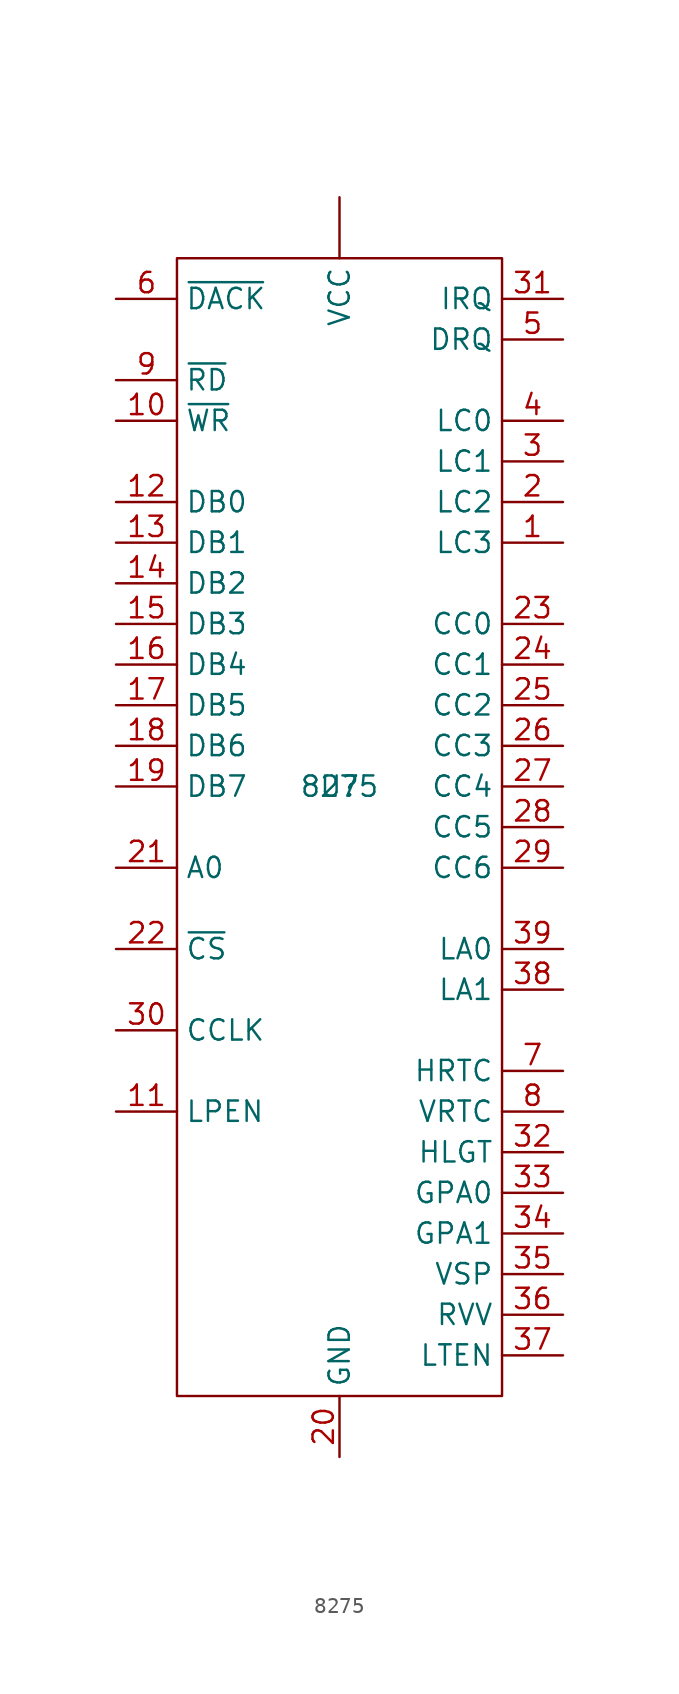
<source format=kicad_sym>
(kicad_symbol_lib
  (version 20220914)
  (generator kicad_symbol_editor)
  (symbol "8275"
    (property "Reference" "U"
      (at 0 0 0)
      (effects (font (size 1.27 1.27))))
    (property "Value" "8275"
      (at 0 0 0)
      (effects (font (size 1.27 1.27))))
    (symbol "8275_0_1"
      (rectangle (start -10.16 33.02) (end 10.16 -38.1) (stroke (width 0) (type default)) (fill (type none))))
    (symbol "8275_1_1"
      (pin power_in line (at 0 36.83 270) (length 3.81) (name "VCC" (effects (font (size 1.27 1.27)))) (number "" (effects (font (size 1.27 1.27)))))
      (pin output line (at 13.97 15.24 180) (length 3.81) (name "LC3" (effects (font (size 1.27 1.27)))) (number "1" (effects (font (size 1.27 1.27)))))
      (pin input line (at -13.97 22.86 0) (length 3.81) (name "~{WR}" (effects (font (size 1.27 1.27)))) (number "10" (effects (font (size 1.27 1.27)))))
      (pin input line (at -13.97 -20.32 0) (length 3.81) (name "LPEN" (effects (font (size 1.27 1.27)))) (number "11" (effects (font (size 1.27 1.27)))))
      (pin tri_state line (at -13.97 17.78 0) (length 3.81) (name "DB0" (effects (font (size 1.27 1.27)))) (number "12" (effects (font (size 1.27 1.27)))))
      (pin tri_state line (at -13.97 15.24 0) (length 3.81) (name "DB1" (effects (font (size 1.27 1.27)))) (number "13" (effects (font (size 1.27 1.27)))))
      (pin tri_state line (at -13.97 12.7 0) (length 3.81) (name "DB2" (effects (font (size 1.27 1.27)))) (number "14" (effects (font (size 1.27 1.27)))))
      (pin tri_state line (at -13.97 10.16 0) (length 3.81) (name "DB3" (effects (font (size 1.27 1.27)))) (number "15" (effects (font (size 1.27 1.27)))))
      (pin tri_state line (at -13.97 7.62 0) (length 3.81) (name "DB4" (effects (font (size 1.27 1.27)))) (number "16" (effects (font (size 1.27 1.27)))))
      (pin tri_state line (at -13.97 5.08 0) (length 3.81) (name "DB5" (effects (font (size 1.27 1.27)))) (number "17" (effects (font (size 1.27 1.27)))))
      (pin tri_state line (at -13.97 2.54 0) (length 3.81) (name "DB6" (effects (font (size 1.27 1.27)))) (number "18" (effects (font (size 1.27 1.27)))))
      (pin tri_state line (at -13.97 0 0) (length 3.81) (name "DB7" (effects (font (size 1.27 1.27)))) (number "19" (effects (font (size 1.27 1.27)))))
      (pin output line (at 13.97 17.78 180) (length 3.81) (name "LC2" (effects (font (size 1.27 1.27)))) (number "2" (effects (font (size 1.27 1.27)))))
      (pin power_in line (at 0 -41.91 90) (length 3.81) (name "GND" (effects (font (size 1.27 1.27)))) (number "20" (effects (font (size 1.27 1.27)))))
      (pin input line (at -13.97 -5.08 0) (length 3.81) (name "A0" (effects (font (size 1.27 1.27)))) (number "21" (effects (font (size 1.27 1.27)))))
      (pin input line (at -13.97 -10.16 0) (length 3.81) (name "~{CS}" (effects (font (size 1.27 1.27)))) (number "22" (effects (font (size 1.27 1.27)))))
      (pin output line (at 13.97 10.16 180) (length 3.81) (name "CC0" (effects (font (size 1.27 1.27)))) (number "23" (effects (font (size 1.27 1.27)))))
      (pin output line (at 13.97 7.62 180) (length 3.81) (name "CC1" (effects (font (size 1.27 1.27)))) (number "24" (effects (font (size 1.27 1.27)))))
      (pin output line (at 13.97 5.08 180) (length 3.81) (name "CC2" (effects (font (size 1.27 1.27)))) (number "25" (effects (font (size 1.27 1.27)))))
      (pin output line (at 13.97 2.54 180) (length 3.81) (name "CC3" (effects (font (size 1.27 1.27)))) (number "26" (effects (font (size 1.27 1.27)))))
      (pin output line (at 13.97 0 180) (length 3.81) (name "CC4" (effects (font (size 1.27 1.27)))) (number "27" (effects (font (size 1.27 1.27)))))
      (pin output line (at 13.97 -2.54 180) (length 3.81) (name "CC5" (effects (font (size 1.27 1.27)))) (number "28" (effects (font (size 1.27 1.27)))))
      (pin output line (at 13.97 -5.08 180) (length 3.81) (name "CC6" (effects (font (size 1.27 1.27)))) (number "29" (effects (font (size 1.27 1.27)))))
      (pin output line (at 13.97 20.32 180) (length 3.81) (name "LC1" (effects (font (size 1.27 1.27)))) (number "3" (effects (font (size 1.27 1.27)))))
      (pin input line (at -13.97 -15.24 0) (length 3.81) (name "CCLK" (effects (font (size 1.27 1.27)))) (number "30" (effects (font (size 1.27 1.27)))))
      (pin output line (at 13.97 30.48 180) (length 3.81) (name "IRQ" (effects (font (size 1.27 1.27)))) (number "31" (effects (font (size 1.27 1.27)))))
      (pin output line (at 13.97 -22.86 180) (length 3.81) (name "HLGT" (effects (font (size 1.27 1.27)))) (number "32" (effects (font (size 1.27 1.27)))))
      (pin output line (at 13.97 -25.4 180) (length 3.81) (name "GPA0" (effects (font (size 1.27 1.27)))) (number "33" (effects (font (size 1.27 1.27)))))
      (pin output line (at 13.97 -27.94 180) (length 3.81) (name "GPA1" (effects (font (size 1.27 1.27)))) (number "34" (effects (font (size 1.27 1.27)))))
      (pin output line (at 13.97 -30.48 180) (length 3.81) (name "VSP" (effects (font (size 1.27 1.27)))) (number "35" (effects (font (size 1.27 1.27)))))
      (pin output line (at 13.97 -33.02 180) (length 3.81) (name "RVV" (effects (font (size 1.27 1.27)))) (number "36" (effects (font (size 1.27 1.27)))))
      (pin output line (at 13.97 -35.56 180) (length 3.81) (name "LTEN" (effects (font (size 1.27 1.27)))) (number "37" (effects (font (size 1.27 1.27)))))
      (pin output line (at 13.97 -12.7 180) (length 3.81) (name "LA1" (effects (font (size 1.27 1.27)))) (number "38" (effects (font (size 1.27 1.27)))))
      (pin output line (at 13.97 -10.16 180) (length 3.81) (name "LA0" (effects (font (size 1.27 1.27)))) (number "39" (effects (font (size 1.27 1.27)))))
      (pin output line (at 13.97 22.86 180) (length 3.81) (name "LC0" (effects (font (size 1.27 1.27)))) (number "4" (effects (font (size 1.27 1.27)))))
      (pin output line (at 13.97 27.94 180) (length 3.81) (name "DRQ" (effects (font (size 1.27 1.27)))) (number "5" (effects (font (size 1.27 1.27)))))
      (pin input line (at -13.97 30.48 0) (length 3.81) (name "~{DACK}" (effects (font (size 1.27 1.27)))) (number "6" (effects (font (size 1.27 1.27)))))
      (pin output line (at 13.97 -17.78 180) (length 3.81) (name "HRTC" (effects (font (size 1.27 1.27)))) (number "7" (effects (font (size 1.27 1.27)))))
      (pin output line (at 13.97 -20.32 180) (length 3.81) (name "VRTC" (effects (font (size 1.27 1.27)))) (number "8" (effects (font (size 1.27 1.27)))))
      (pin input line (at -13.97 25.4 0) (length 3.81) (name "~{RD}" (effects (font (size 1.27 1.27)))) (number "9" (effects (font (size 1.27 1.27))))))))
</source>
